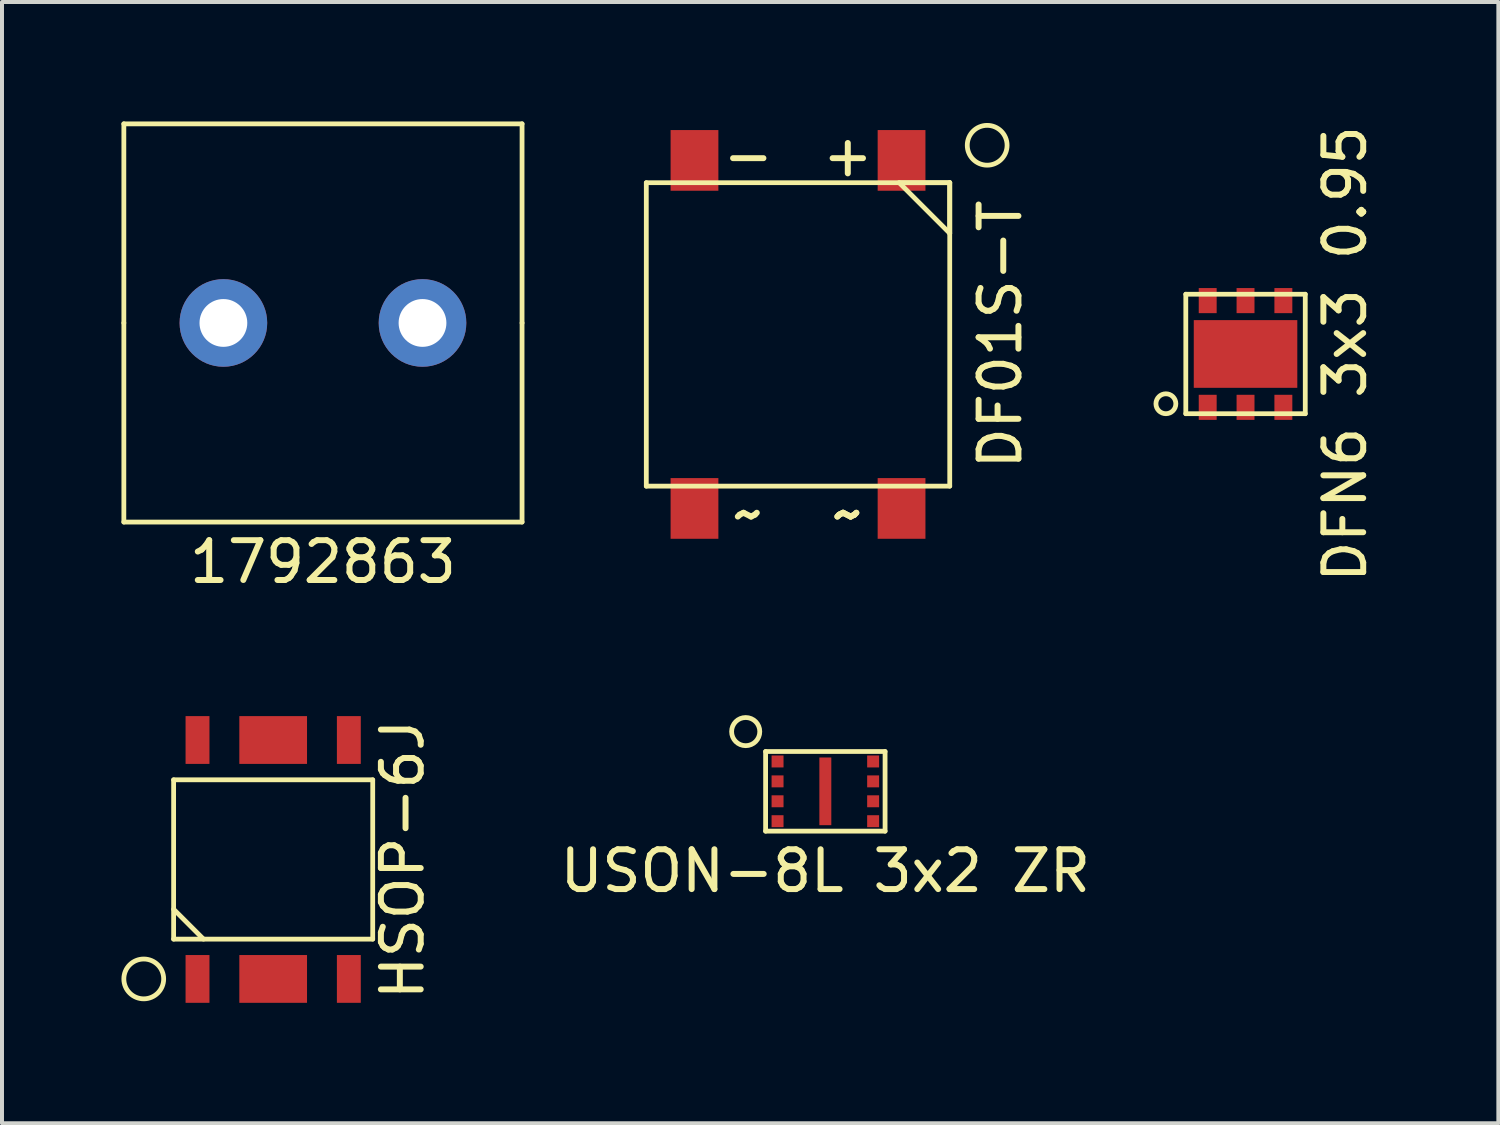
<source format=kicad_pcb>
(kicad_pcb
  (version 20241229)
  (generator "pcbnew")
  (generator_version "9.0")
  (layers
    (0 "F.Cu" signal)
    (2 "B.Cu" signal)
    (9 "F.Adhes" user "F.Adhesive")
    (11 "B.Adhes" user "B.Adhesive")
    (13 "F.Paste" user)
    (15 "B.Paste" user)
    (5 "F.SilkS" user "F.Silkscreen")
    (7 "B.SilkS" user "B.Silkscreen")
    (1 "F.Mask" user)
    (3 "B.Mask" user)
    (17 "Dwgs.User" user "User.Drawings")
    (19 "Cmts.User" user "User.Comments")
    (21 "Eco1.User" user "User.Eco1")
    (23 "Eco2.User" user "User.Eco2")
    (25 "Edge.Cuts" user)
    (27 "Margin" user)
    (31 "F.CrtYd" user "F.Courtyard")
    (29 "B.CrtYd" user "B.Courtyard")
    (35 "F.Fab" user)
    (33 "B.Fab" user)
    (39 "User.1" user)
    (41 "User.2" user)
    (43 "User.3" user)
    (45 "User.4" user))
  (footprint "1792863"
    (layer "F.Cu")
    (at 5.06 5.06)
    (property "Reference" "1792863" (at 0 6 0) (layer "F.SilkS") (effects (font (size 1 1) (thickness 0.15))))
    (attr through_hole)
    (fp_line (start -5 -5) (end 5 -5) (stroke (width 0.12) (type solid)) (layer "F.SilkS"))
    (fp_line (start -5 0) (end -5 -5) (stroke (width 0.12) (type solid)) (layer "F.SilkS"))
    (fp_line (start -5 5) (end -5 0) (stroke (width 0.12) (type solid)) (layer "F.SilkS"))
    (fp_line (start 5 -5) (end 5 0) (stroke (width 0.12) (type solid)) (layer "F.SilkS"))
    (fp_line (start 5 0) (end 5 5) (stroke (width 0.12) (type solid)) (layer "F.SilkS"))
    (fp_line (start 5 5) (end -5 5) (stroke (width 0.12) (type solid)) (layer "F.SilkS"))
    (pad "1" thru_hole circle (at -2.5 0) (size 2.2 2.2) (drill 1.2) (layers "*.Cu" "*.Mask"))
    (pad "2" thru_hole circle (at 2.5 0) (size 2.2 2.2) (drill 1.2) (layers "*.Cu" "*.Mask")))
  (footprint "DFN6 3x3 0.95"
    (layer "F.Cu")
    (at 28.228 5.839)
    (property "Reference" "DFN6 3x3 0.95" (at 2.5 0 90) (layer "F.SilkS") (effects (font (size 1 1) (thickness 0.15))))
    (attr through_hole)
    (fp_line (start -1.5 -1.5) (end -1.5 1.5) (stroke (width 0.12) (type solid)) (layer "F.SilkS"))
    (fp_line (start -1.5 1.5) (end 1.5 1.5) (stroke (width 0.12) (type solid)) (layer "F.SilkS"))
    (fp_line (start 1.5 -1.5) (end -1.5 -1.5) (stroke (width 0.12) (type solid)) (layer "F.SilkS"))
    (fp_line (start 1.5 1.5) (end 1.5 -1.5) (stroke (width 0.12) (type solid)) (layer "F.SilkS"))
    (fp_circle (center -2 1.25) (end -1.75 1.25) (stroke (width 0.12) (type solid)) (fill no) (layer "F.SilkS"))
    (pad "1" smd rect (at -0.95 1.34) (size 0.45 0.63) (layers "F.Cu" "F.Mask" "F.Paste"))
    (pad "2" smd rect (at 0 1.34) (size 0.45 0.63) (layers "F.Cu" "F.Mask" "F.Paste"))
    (pad "3" smd rect (at 0.95 1.34) (size 0.45 0.63) (layers "F.Cu" "F.Mask" "F.Paste"))
    (pad "4" smd rect (at 0.95 -1.34) (size 0.45 0.63) (layers "F.Cu" "F.Mask" "F.Paste"))
    (pad "5" smd rect (at 0 -1.34) (size 0.45 0.63) (layers "F.Cu" "F.Mask" "F.Paste"))
    (pad "6" smd rect (at -0.95 -1.34) (size 0.45 0.63) (layers "F.Cu" "F.Mask" "F.Paste"))
    (pad "EP" smd rect (at 0 0) (size 2.6 1.7) (layers "F.Cu" "F.Mask" "F.Paste")))
  (footprint "USON-8L 3x2 ZR"
    (layer "F.Cu")
    (at 17.676 16.822)
    (property "Reference" "USON-8L 3x2 ZR" (at 0 2 0) (layer "F.SilkS") (effects (font (size 1 1) (thickness 0.15))))
    (attr through_hole)
    (fp_line (start -1.5 -1) (end -1.5 1) (stroke (width 0.12) (type solid)) (layer "F.SilkS"))
    (fp_line (start -1.5 1) (end 1.5 1) (stroke (width 0.12) (type solid)) (layer "F.SilkS"))
    (fp_line (start 1.5 -1) (end -1.5 -1) (stroke (width 0.12) (type solid)) (layer "F.SilkS"))
    (fp_line (start 1.5 1) (end 1.5 -1) (stroke (width 0.12) (type solid)) (layer "F.SilkS"))
    (fp_circle (center -2 -1.5) (end -1.75 -1.25) (stroke (width 0.12) (type solid)) (fill no) (layer "F.SilkS"))
    (pad "1" smd rect (at -1.2 -0.75) (size 0.3 0.3) (layers "F.Cu" "F.Mask" "F.Paste"))
    (pad "2" smd rect (at -1.2 -0.25) (size 0.3 0.3) (layers "F.Cu" "F.Mask" "F.Paste"))
    (pad "3" smd rect (at -1.2 0.25) (size 0.3 0.3) (layers "F.Cu" "F.Mask" "F.Paste"))
    (pad "4" smd rect (at -1.2 0.75) (size 0.3 0.3) (layers "F.Cu" "F.Mask" "F.Paste"))
    (pad "5" smd rect (at 1.2 0.75) (size 0.3 0.3) (layers "F.Cu" "F.Mask" "F.Paste"))
    (pad "6" smd rect (at 1.2 0.25) (size 0.3 0.3) (layers "F.Cu" "F.Mask" "F.Paste"))
    (pad "7" smd rect (at 1.2 -0.25) (size 0.3 0.3) (layers "F.Cu" "F.Mask" "F.Paste"))
    (pad "8" smd rect (at 1.2 -0.75) (size 0.3 0.3) (layers "F.Cu" "F.Mask" "F.Paste"))
    (pad "EP" smd rect (at 0 0) (size 0.3 1.7) (layers "F.Cu" "F.Mask" "F.Paste")))
  (footprint "HSOP-6J"
    (layer "F.Cu")
    (at 3.81 18.533)
    (property "Reference" "HSOP-6J" (at 3.25 0 90) (layer "F.SilkS") (effects (font (size 1 1) (thickness 0.15))))
    (attr through_hole)
    (fp_line (start -2.5 -2) (end -2.5 2) (stroke (width 0.12) (type solid)) (layer "F.SilkS"))
    (fp_line (start -2.5 1.25) (end -1.75 2) (stroke (width 0.12) (type solid)) (layer "F.SilkS"))
    (fp_line (start -2.5 2) (end 2.5 2) (stroke (width 0.12) (type solid)) (layer "F.SilkS"))
    (fp_line (start 2.5 -2) (end -2.5 -2) (stroke (width 0.12) (type solid)) (layer "F.SilkS"))
    (fp_line (start 2.5 2) (end 2.5 -2) (stroke (width 0.12) (type solid)) (layer "F.SilkS"))
    (fp_circle (center -3.25 3) (end -2.75 3) (stroke (width 0.12) (type solid)) (fill no) (layer "F.SilkS"))
    (pad "1" smd rect (at -1.9 3) (size 0.6 1.2) (layers "F.Cu" "F.Mask" "F.Paste"))
    (pad "2" smd rect (at 0 3) (size 1.7 1.2) (layers "F.Cu" "F.Mask" "F.Paste"))
    (pad "3" smd rect (at 1.9 3) (size 0.6 1.2) (layers "F.Cu" "F.Mask" "F.Paste"))
    (pad "4" smd rect (at 1.9 -3) (size 0.6 1.2) (layers "F.Cu" "F.Mask" "F.Paste"))
    (pad "5" smd rect (at 0 -3) (size 1.7 1.2) (layers "F.Cu" "F.Mask" "F.Paste"))
    (pad "6" smd rect (at -1.9 -3) (size 0.6 1.2) (layers "F.Cu" "F.Mask" "F.Paste")))
  (footprint "DF01S-T"
    (layer "F.Cu")
    (at 16.99 5.348)
    (property "Reference" "DF01S-T" (at 5.08 0 90) (layer "F.SilkS") (effects (font (size 1 1) (thickness 0.15))))
    (attr through_hole)
    (fp_line (start -3.81 -3.81) (end 3.81 -3.81) (stroke (width 0.12) (type solid)) (layer "F.SilkS"))
    (fp_line (start -3.81 3.81) (end -3.81 -3.81) (stroke (width 0.12) (type solid)) (layer "F.SilkS"))
    (fp_line (start 2.54 -3.81) (end 3.81 -2.54) (stroke (width 0.12) (type solid)) (layer "F.SilkS"))
    (fp_line (start 3.81 -3.81) (end 2.54 -3.81) (stroke (width 0.12) (type solid)) (layer "F.SilkS"))
    (fp_line (start 3.81 -3.81) (end 3.81 3.81) (stroke (width 0.12) (type solid)) (layer "F.SilkS"))
    (fp_line (start 3.81 -2.54) (end 3.81 -3.81) (stroke (width 0.12) (type solid)) (layer "F.SilkS"))
    (fp_line (start 3.81 3.81) (end -3.81 3.81) (stroke (width 0.12) (type solid)) (layer "F.SilkS"))
    (fp_circle (center 4.75 -4.75) (end 4.75 -4.25) (stroke (width 0.12) (type solid)) (fill no) (layer "F.SilkS"))
    (fp_text user "~" (at 1.25 4.5 0) (layer "F.SilkS") (effects (font (size 1 1) (thickness 0.15))))
    (fp_text user "~" (at 1.25 4.5 0) (layer "F.SilkS") (effects (font (size 1 1) (thickness 0.15))))
    (fp_text user "~" (at -1.25 4.5 0) (layer "F.SilkS") (effects (font (size 1 1) (thickness 0.15))))
    (fp_text user "-" (at -1.25 -4.5 0) (layer "F.SilkS") (effects (font (size 1 1) (thickness 0.15))))
    (fp_text user "+" (at 1.25 -4.5 0) (layer "F.SilkS") (effects (font (size 1 1) (thickness 0.15))))
    (pad "1" smd rect (at 2.6 -4.37) (size 1.2 1.524) (layers "F.Cu" "F.Mask" "F.Paste"))
    (pad "2" smd rect (at 2.6 4.37) (size 1.2 1.524) (layers "F.Cu" "F.Mask" "F.Paste"))
    (pad "3" smd rect (at -2.6 -4.37) (size 1.2 1.524) (layers "F.Cu" "F.Mask" "F.Paste"))
    (pad "4" smd rect (at -2.6 4.37) (size 1.2 1.524) (layers "F.Cu" "F.Mask" "F.Paste")))
  (gr_rect
    (start -3 -3)
    (end 34.577 25.158)
    (stroke (width 0.1) (type default))
    (fill no)
    (layer "Edge.Cuts")))
</source>
